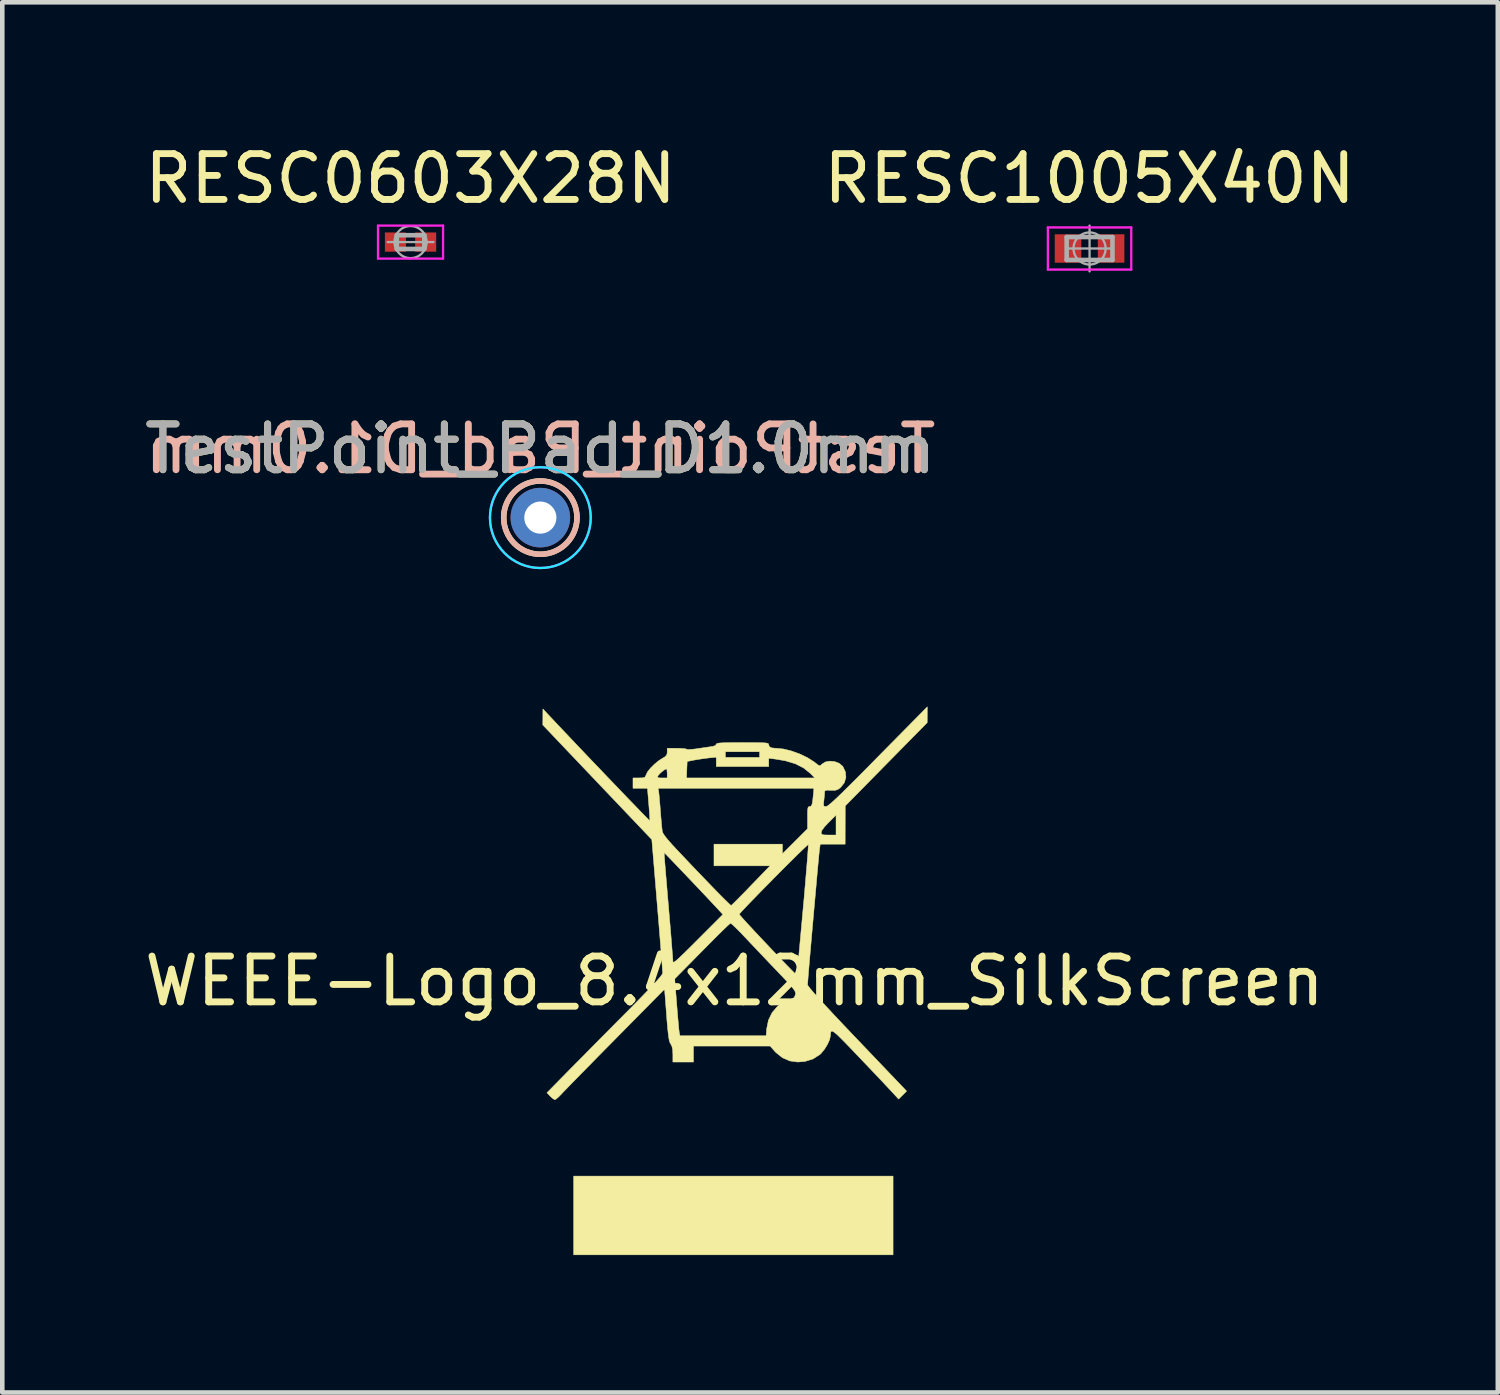
<source format=kicad_pcb>
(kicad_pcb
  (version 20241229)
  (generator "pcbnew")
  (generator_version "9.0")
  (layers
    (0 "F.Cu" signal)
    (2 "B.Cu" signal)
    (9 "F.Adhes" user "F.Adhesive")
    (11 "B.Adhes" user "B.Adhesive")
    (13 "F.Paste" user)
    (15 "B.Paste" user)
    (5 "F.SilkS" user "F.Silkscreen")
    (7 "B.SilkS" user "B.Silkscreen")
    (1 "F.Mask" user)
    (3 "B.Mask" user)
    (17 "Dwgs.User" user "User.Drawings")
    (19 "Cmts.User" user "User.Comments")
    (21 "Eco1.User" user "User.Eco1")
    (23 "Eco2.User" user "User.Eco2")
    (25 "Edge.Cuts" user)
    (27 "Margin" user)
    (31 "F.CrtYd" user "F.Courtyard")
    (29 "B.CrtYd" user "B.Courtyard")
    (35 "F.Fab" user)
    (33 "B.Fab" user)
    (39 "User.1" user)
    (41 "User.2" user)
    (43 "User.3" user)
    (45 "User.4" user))
  (footprint "RESC0603X28N"
    (layer "F.Cu")
    (at 5.911 2.234)
    (property "Reference" "RESC0603X28N" (at 0 -1.386 0) (layer "F.SilkS") (effects (font (size 1 1) (thickness 0.15))))
    (attr smd)
    (fp_line (start -0.71 -0.36) (end 0.71 -0.36) (stroke (width 0.05) (type solid)) (layer "F.CrtYd"))
    (fp_line (start -0.71 0.36) (end -0.71 -0.36) (stroke (width 0.05) (type solid)) (layer "F.CrtYd"))
    (fp_line (start -0.71 0.36) (end 0.71 0.36) (stroke (width 0.05) (type solid)) (layer "F.CrtYd"))
    (fp_line (start 0.71 0.36) (end 0.71 -0.36) (stroke (width 0.05) (type solid)) (layer "F.CrtYd"))
    (fp_line (start -0.5 0) (end 0.5 0) (stroke (width 0.05) (type solid)) (layer "F.Fab"))
    (fp_line (start -0.3 -0.15) (end 0.3 -0.15) (stroke (width 0.1) (type solid)) (layer "F.Fab"))
    (fp_line (start -0.3 0.15) (end -0.3 -0.15) (stroke (width 0.1) (type solid)) (layer "F.Fab"))
    (fp_line (start -0.3 0.15) (end 0.3 0.15) (stroke (width 0.1) (type solid)) (layer "F.Fab"))
    (fp_line (start 0.3 0.15) (end 0.3 -0.15) (stroke (width 0.1) (type solid)) (layer "F.Fab"))
    (fp_circle (center 0 0) (end 0.35 0) (stroke (width 0.05) (type solid)) (fill no) (layer "F.Fab"))
    (pad "1" smd rect (at -0.33 0) (size 0.46 0.42) (layers "F.Cu" "F.Mask" "F.Paste"))
    (pad "2" smd rect (at 0.33 0) (size 0.46 0.42) (layers "F.Cu" "F.Mask" "F.Paste")))
  (footprint "RESC1005X40N"
    (layer "F.Cu")
    (at 20.732 2.374)
    (property "Reference" "RESC1005X40N" (at 0 -1.526 0) (layer "F.SilkS") (effects (font (size 1 1) (thickness 0.15))))
    (attr smd)
    (fp_line (start -0.91 -0.46) (end 0.91 -0.46) (stroke (width 0.05) (type solid)) (layer "F.CrtYd"))
    (fp_line (start -0.91 0.46) (end -0.91 -0.46) (stroke (width 0.05) (type solid)) (layer "F.CrtYd"))
    (fp_line (start -0.91 0.46) (end 0.91 0.46) (stroke (width 0.05) (type solid)) (layer "F.CrtYd"))
    (fp_line (start 0.91 0.46) (end 0.91 -0.46) (stroke (width 0.05) (type solid)) (layer "F.CrtYd"))
    (fp_line (start -0.5 -0.25) (end 0.5 -0.25) (stroke (width 0.1) (type solid)) (layer "F.Fab"))
    (fp_line (start -0.5 0) (end 0.5 0) (stroke (width 0.05) (type solid)) (layer "F.Fab"))
    (fp_line (start -0.5 0.25) (end -0.5 -0.25) (stroke (width 0.1) (type solid)) (layer "F.Fab"))
    (fp_line (start -0.5 0.25) (end 0.5 0.25) (stroke (width 0.1) (type solid)) (layer "F.Fab"))
    (fp_line (start 0 0.5) (end 0 -0.5) (stroke (width 0.05) (type solid)) (layer "F.Fab"))
    (fp_line (start 0.5 0.25) (end 0.5 -0.25) (stroke (width 0.1) (type solid)) (layer "F.Fab"))
    (fp_circle (center 0 0) (end 0.35 0) (stroke (width 0.05) (type solid)) (fill no) (layer "F.Fab"))
    (pad "1" smd rect (at -0.47 0 90) (size 0.62 0.58) (layers "F.Cu" "F.Mask" "F.Paste"))
    (pad "2" smd rect (at 0.47 0 90) (size 0.62 0.58) (layers "F.Cu" "F.Mask" "F.Paste")))
  (footprint "TestPoint_Pad_D1.0mm"
    (layer "F.Cu")
    (at 8.744 8.248)
    (property "Reference" "TestPoint_Pad_D1.0mm" (at 0 -1.5 0) (layer "F.SilkS") (effects (font (size 1 1) (thickness 0.15))))
    (attr exclude_from_pos_files exclude_from_bom)
    (fp_circle (center 0 0) (end 0.8 0) (stroke (width 0.12) (type solid)) (fill no) (layer "F.SilkS"))
    (fp_circle (center 0 0) (end 0.8 0) (stroke (width 0.12) (type solid)) (fill no) (layer "B.SilkS"))
    (fp_circle (center 0 0) (end 1.1 0) (stroke (width 0.05) (type solid)) (fill no) (layer "B.CrtYd"))
    (fp_circle (center 0 0) (end 1.1 0) (stroke (width 0.05) (type solid)) (fill no) (layer "F.CrtYd"))
    (fp_text user "${REFERENCE}" (at 0 -1.5 0) (layer "B.SilkS") (effects (font (size 1 1) (thickness 0.15)) (justify mirror)))
    (fp_text user "${REFERENCE}" (at 0 -1.5 0) (layer "F.Fab") (effects (font (size 1 1) (thickness 0.15))))
    (pad "1" thru_hole circle (at 0 0) (size 1.3 1.3) (drill 0.701) (layers "*.Cu" "*.Mask")))
  (footprint "WEEE-Logo_8.4x12mm_SilkScreen"
    (layer "F.Cu")
    (at 12.982 18.363)
    (property "Reference" "WEEE-Logo_8.4x12mm_SilkScreen" (at 0 0 0) (layer "F.SilkS") (effects (font (size 1 1) (thickness 0.15))))
    (attr exclude_from_pos_files exclude_from_bom)
    (fp_poly (pts (xy 3.461 5.976) (xy -3.511 5.976) (xy -3.511 4.258) (xy 3.461 4.258) (xy 3.461 5.976)) (stroke (width 0.01) (type solid)) (fill yes) (layer "F.SilkS"))
    (fp_poly (pts (xy 4.207 -5.813) (xy 4.206 -5.64) (xy 3.311 -4.731) (xy 2.417 -3.822) (xy 2.415 -2.988) (xy 1.871 -2.988) (xy 1.857 -2.882) (xy 1.851 -2.834) (xy 1.842 -2.743) (xy 1.83 -2.615) (xy 1.815 -2.456) (xy 1.798 -2.269) (xy 1.78 -2.062) (xy 1.76 -1.84) (xy 1.739 -1.607) (xy 1.718 -1.37) (xy 1.697 -1.133) (xy 1.677 -0.903) (xy 1.658 -0.684) (xy 1.64 -0.482) (xy 1.625 -0.303) (xy 1.612 -0.151) (xy 1.603 -0.033) (xy 1.597 0.047) (xy 1.594 0.082) (xy 1.594 0.082) (xy 1.61 0.111) (xy 1.656 0.17) (xy 1.733 0.26) (xy 1.842 0.381) (xy 1.983 0.535) (xy 2.157 0.722) (xy 2.365 0.943) (xy 2.608 1.199) (xy 2.676 1.27) (xy 3.757 2.403) (xy 3.67 2.49) (xy 3.582 2.577) (xy 3.441 2.424) (xy 3.389 2.368) (xy 3.308 2.282) (xy 3.204 2.171) (xy 3.081 2.041) (xy 2.945 1.898) (xy 2.801 1.747) (xy 2.715 1.657) (xy 2.554 1.488) (xy 2.423 1.352) (xy 2.32 1.248) (xy 2.242 1.172) (xy 2.184 1.123) (xy 2.144 1.097) (xy 2.118 1.093) (xy 2.104 1.108) (xy 2.097 1.139) (xy 2.094 1.184) (xy 2.094 1.197) (xy 2.075 1.281) (xy 2.029 1.384) (xy 1.965 1.488) (xy 1.892 1.577) (xy 1.863 1.605) (xy 1.713 1.701) (xy 1.537 1.755) (xy 1.383 1.768) (xy 1.207 1.744) (xy 1.045 1.673) (xy 0.901 1.558) (xy 0.875 1.529) (xy 0.778 1.419) (xy -0.896 1.419) (xy -0.896 1.768) (xy -1.345 1.768) (xy -1.345 1.605) (xy -1.35 1.494) (xy -1.369 1.417) (xy -1.392 1.375) (xy -1.409 1.345) (xy -1.423 1.301) (xy -1.435 1.238) (xy -1.447 1.148) (xy -1.46 1.025) (xy -1.474 0.863) (xy -1.483 0.742) (xy -1.527 0.177) (xy -2.601 1.265) (xy -2.796 1.462) (xy -2.982 1.651) (xy -3.157 1.83) (xy -3.318 1.993) (xy -3.461 2.139) (xy -3.582 2.263) (xy -3.678 2.362) (xy -3.747 2.433) (xy -3.783 2.472) (xy -3.843 2.533) (xy -3.894 2.576) (xy -3.921 2.59) (xy -3.955 2.573) (xy -4.005 2.531) (xy -4.022 2.514) (xy -4.094 2.439) (xy -3.697 2.035) (xy -3.596 1.932) (xy -3.465 1.8) (xy -3.31 1.644) (xy -3.138 1.469) (xy -2.954 1.283) (xy -2.763 1.091) (xy -2.572 0.897) (xy -2.434 0.759) (xy -2.225 0.548) (xy -2.05 0.369) (xy -1.906 0.22) (xy -1.79 0.099) (xy -1.702 0.003) (xy -1.658 -0.047) (xy -1.305 -0.047) (xy -1.26 0.518) (xy -1.247 0.684) (xy -1.234 0.835) (xy -1.222 0.965) (xy -1.213 1.064) (xy -1.205 1.126) (xy -1.203 1.139) (xy -1.19 1.195) (xy 0.69 1.195) (xy 0.703 1.039) (xy 0.741 0.854) (xy 0.82 0.691) (xy 0.936 0.555) (xy 1.083 0.452) (xy 1.248 0.39) (xy 1.302 0.361) (xy 1.329 0.299) (xy 1.329 0.296) (xy 1.332 0.27) (xy 1.328 0.243) (xy 1.313 0.21) (xy 1.283 0.167) (xy 1.234 0.108) (xy 1.163 0.029) (xy 1.065 -0.076) (xy 0.936 -0.211) (xy 0.928 -0.22) (xy 0.789 -0.365) (xy 0.642 -0.52) (xy 0.496 -0.674) (xy 0.362 -0.815) (xy 0.249 -0.935) (xy 0.224 -0.961) (xy 0.128 -1.062) (xy 0.042 -1.148) (xy -0.027 -1.214) (xy -0.072 -1.253) (xy -0.087 -1.261) (xy -0.11 -1.243) (xy -0.164 -1.194) (xy -0.244 -1.117) (xy -0.346 -1.017) (xy -0.466 -0.897) (xy -0.599 -0.763) (xy -0.709 -0.652) (xy -1.305 -0.047) (xy -1.658 -0.047) (xy -1.637 -0.07) (xy -1.595 -0.124) (xy -1.573 -0.159) (xy -1.568 -0.175) (xy -1.57 -0.211) (xy -1.576 -0.291) (xy -1.585 -0.412) (xy -1.597 -0.569) (xy -1.612 -0.757) (xy -1.629 -0.971) (xy -1.648 -1.207) (xy -1.669 -1.46) (xy -1.686 -1.662) (xy -1.781 -2.803) (xy -1.536 -2.803) (xy -1.535 -2.778) (xy -1.53 -2.709) (xy -1.522 -2.6) (xy -1.51 -2.456) (xy -1.496 -2.282) (xy -1.479 -2.083) (xy -1.461 -1.863) (xy -1.443 -1.655) (xy -1.423 -1.419) (xy -1.404 -1.196) (xy -1.387 -0.992) (xy -1.373 -0.811) (xy -1.361 -0.66) (xy -1.352 -0.543) (xy -1.346 -0.466) (xy -1.345 -0.436) (xy -1.343 -0.417) (xy -1.333 -0.41) (xy -1.314 -0.417) (xy -1.28 -0.441) (xy -1.228 -0.486) (xy -1.156 -0.554) (xy -1.058 -0.649) (xy -0.932 -0.774) (xy -0.799 -0.907) (xy -0.253 -1.453) (xy -0.257 -1.457) (xy 0.104 -1.457) (xy 0.121 -1.434) (xy 0.167 -1.381) (xy 0.238 -1.303) (xy 0.329 -1.203) (xy 0.436 -1.088) (xy 0.555 -0.961) (xy 0.68 -0.829) (xy 0.806 -0.695) (xy 0.93 -0.565) (xy 1.047 -0.443) (xy 1.152 -0.335) (xy 1.24 -0.245) (xy 1.307 -0.178) (xy 1.348 -0.139) (xy 1.36 -0.131) (xy 1.363 -0.157) (xy 1.371 -0.227) (xy 1.382 -0.339) (xy 1.397 -0.487) (xy 1.414 -0.667) (xy 1.433 -0.874) (xy 1.454 -1.104) (xy 1.477 -1.353) (xy 1.495 -1.553) (xy 1.519 -1.813) (xy 1.54 -2.059) (xy 1.559 -2.284) (xy 1.576 -2.486) (xy 1.59 -2.659) (xy 1.601 -2.799) (xy 1.608 -2.902) (xy 1.612 -2.963) (xy 1.611 -2.979) (xy 1.592 -2.965) (xy 1.542 -2.919) (xy 1.466 -2.847) (xy 1.368 -2.752) (xy 1.254 -2.639) (xy 1.126 -2.512) (xy 0.99 -2.376) (xy 0.85 -2.234) (xy 0.711 -2.093) (xy 0.575 -1.955) (xy 0.449 -1.825) (xy 0.336 -1.709) (xy 0.241 -1.609) (xy 0.167 -1.531) (xy 0.121 -1.479) (xy 0.104 -1.457) (xy -0.257 -1.457) (xy -0.456 -1.671) (xy -0.56 -1.782) (xy -0.676 -1.905) (xy -0.801 -2.037) (xy -0.929 -2.172) (xy -1.056 -2.305) (xy -1.177 -2.432) (xy -1.288 -2.548) (xy -1.383 -2.648) (xy -1.46 -2.727) (xy -1.512 -2.78) (xy -1.536 -2.802) (xy -1.536 -2.803) (xy -1.781 -2.803) (xy -1.805 -3.088) (xy -4.184 -5.589) (xy -4.182 -5.939) (xy -3.99 -5.734) (xy -3.882 -5.619) (xy -3.755 -5.485) (xy -3.612 -5.334) (xy -3.457 -5.17) (xy -3.292 -4.997) (xy -3.122 -4.818) (xy -2.949 -4.638) (xy -2.778 -4.458) (xy -2.611 -4.284) (xy -2.452 -4.118) (xy -2.304 -3.964) (xy -2.171 -3.827) (xy -2.057 -3.708) (xy -1.964 -3.613) (xy -1.896 -3.544) (xy -1.857 -3.505) (xy -1.848 -3.497) (xy -1.848 -3.523) (xy -1.851 -3.59) (xy -1.858 -3.688) (xy -1.867 -3.808) (xy -1.871 -3.856) (xy -1.9 -4.208) (xy -1.669 -4.208) (xy -1.657 -4.152) (xy -1.651 -4.108) (xy -1.643 -4.025) (xy -1.633 -3.913) (xy -1.622 -3.783) (xy -1.619 -3.735) (xy -1.608 -3.598) (xy -1.597 -3.47) (xy -1.587 -3.364) (xy -1.579 -3.292) (xy -1.578 -3.279) (xy -1.571 -3.252) (xy -1.557 -3.22) (xy -1.532 -3.181) (xy -1.493 -3.13) (xy -1.437 -3.063) (xy -1.362 -2.978) (xy -1.263 -2.871) (xy -1.138 -2.739) (xy -0.985 -2.577) (xy -0.828 -2.412) (xy -0.672 -2.25) (xy -0.527 -2.099) (xy -0.396 -1.964) (xy -0.282 -1.848) (xy -0.189 -1.756) (xy -0.121 -1.69) (xy -0.082 -1.654) (xy -0.074 -1.649) (xy -0.051 -1.668) (xy 0.000058 -1.718) (xy 0.076 -1.794) (xy 0.172 -1.891) (xy 0.282 -2.003) (xy 0.361 -2.086) (xy 0.777 -2.515) (xy -0.448 -2.515) (xy -0.448 -2.988) (xy 1.046 -2.988) (xy 1.046 -2.777) (xy 1.32 -3.05) (xy 1.514 -3.244) (xy 1.893 -3.244) (xy 1.896 -3.214) (xy 1.914 -3.197) (xy 1.959 -3.189) (xy 2.04 -3.187) (xy 2.054 -3.187) (xy 2.216 -3.187) (xy 2.216 -3.622) (xy 2.054 -3.461) (xy 1.963 -3.364) (xy 1.908 -3.289) (xy 1.893 -3.244) (xy 1.514 -3.244) (xy 1.594 -3.324) (xy 1.594 -3.567) (xy 1.594 -3.679) (xy 1.598 -3.75) (xy 1.606 -3.789) (xy 1.62 -3.806) (xy 1.642 -3.81) (xy 1.666 -3.815) (xy 1.684 -3.836) (xy 1.698 -3.881) (xy 1.709 -3.957) (xy 1.721 -4.073) (xy 1.725 -4.115) (xy 1.733 -4.208) (xy -1.669 -4.208) (xy -1.9 -4.208) (xy -2.216 -4.208) (xy -2.216 -4.433) (xy -2.082 -4.433) (xy -2.003 -4.435) (xy -1.961 -4.445) (xy -1.956 -4.451) (xy -1.681 -4.451) (xy -1.666 -4.437) (xy -1.616 -4.433) (xy -1.582 -4.433) (xy -1.469 -4.433) (xy -1.048 -4.433) (xy 1.753 -4.433) (xy 1.658 -4.53) (xy 1.511 -4.649) (xy 1.329 -4.742) (xy 1.109 -4.808) (xy 0.89 -4.845) (xy 0.747 -4.862) (xy 0.747 -4.682) (xy -0.398 -4.682) (xy -0.398 -4.886) (xy -0.567 -4.869) (xy -0.684 -4.854) (xy -0.809 -4.835) (xy -0.884 -4.822) (xy -1.033 -4.792) (xy -1.041 -4.612) (xy -1.048 -4.433) (xy -1.469 -4.433) (xy -1.469 -4.532) (xy -1.473 -4.595) (xy -1.481 -4.629) (xy -1.484 -4.632) (xy -1.521 -4.616) (xy -1.575 -4.577) (xy -1.629 -4.529) (xy -1.666 -4.486) (xy -1.669 -4.481) (xy -1.681 -4.451) (xy -1.956 -4.451) (xy -1.94 -4.47) (xy -1.932 -4.496) (xy -1.898 -4.566) (xy -1.832 -4.649) (xy -1.746 -4.734) (xy -1.652 -4.811) (xy -1.59 -4.85) (xy -1.519 -4.894) (xy -1.483 -4.93) (xy -1.47 -4.973) (xy -1.469 -4.999) (xy -1.469 -5.005) (xy -0.199 -5.005) (xy -0.199 -4.881) (xy 0.548 -4.881) (xy 0.548 -5.005) (xy -0.199 -5.005) (xy -1.469 -5.005) (xy -1.469 -5.08) (xy -1.26 -5.08) (xy -1.163 -5.078) (xy -1.088 -5.071) (xy -1.046 -5.063) (xy -1.042 -5.059) (xy -1.015 -5.053) (xy -0.951 -5.056) (xy -0.859 -5.065) (xy -0.797 -5.074) (xy -0.684 -5.091) (xy -0.58 -5.106) (xy -0.502 -5.118) (xy -0.479 -5.121) (xy -0.42 -5.139) (xy -0.398 -5.168) (xy -0.392 -5.18) (xy -0.369 -5.189) (xy -0.323 -5.196) (xy -0.25 -5.2) (xy -0.143 -5.203) (xy 0.003 -5.204) (xy 0.174 -5.205) (xy 0.358 -5.204) (xy 0.497 -5.203) (xy 0.598 -5.201) (xy 0.668 -5.198) (xy 0.712 -5.192) (xy 0.735 -5.183) (xy 0.745 -5.171) (xy 0.747 -5.157) (xy 0.762 -5.114) (xy 0.812 -5.089) (xy 0.903 -5.08) (xy 0.919 -5.08) (xy 1.073 -5.064) (xy 1.248 -5.02) (xy 1.428 -4.955) (xy 1.597 -4.873) (xy 1.74 -4.781) (xy 1.759 -4.767) (xy 1.819 -4.719) (xy 1.855 -4.7) (xy 1.88 -4.706) (xy 1.905 -4.732) (xy 1.981 -4.781) (xy 2.079 -4.8) (xy 2.185 -4.79) (xy 2.284 -4.753) (xy 2.359 -4.69) (xy 2.365 -4.683) (xy 2.421 -4.566) (xy 2.432 -4.444) (xy 2.397 -4.328) (xy 2.319 -4.228) (xy 2.31 -4.22) (xy 2.255 -4.18) (xy 2.198 -4.163) (xy 2.12 -4.162) (xy 2.1 -4.163) (xy 2.023 -4.166) (xy 1.983 -4.159) (xy 1.968 -4.14) (xy 1.967 -4.121) (xy 1.964 -4.068) (xy 1.956 -3.988) (xy 1.951 -3.941) (xy 1.943 -3.865) (xy 1.947 -3.826) (xy 1.965 -3.812) (xy 1.999 -3.81) (xy 2.019 -3.816) (xy 2.051 -3.837) (xy 2.098 -3.875) (xy 2.161 -3.931) (xy 2.244 -4.008) (xy 2.349 -4.109) (xy 2.477 -4.236) (xy 2.633 -4.39) (xy 2.817 -4.575) (xy 3.032 -4.793) (xy 3.135 -4.898) (xy 4.208 -5.985) (xy 4.207 -5.813)) (stroke (width 0.01) (type solid)) (fill yes) (layer "F.SilkS")))
  (gr_rect
    (start -3 -3)
    (end 29.643 27.344)
    (stroke (width 0.1) (type default))
    (fill no)
    (layer "Edge.Cuts")))
</source>
